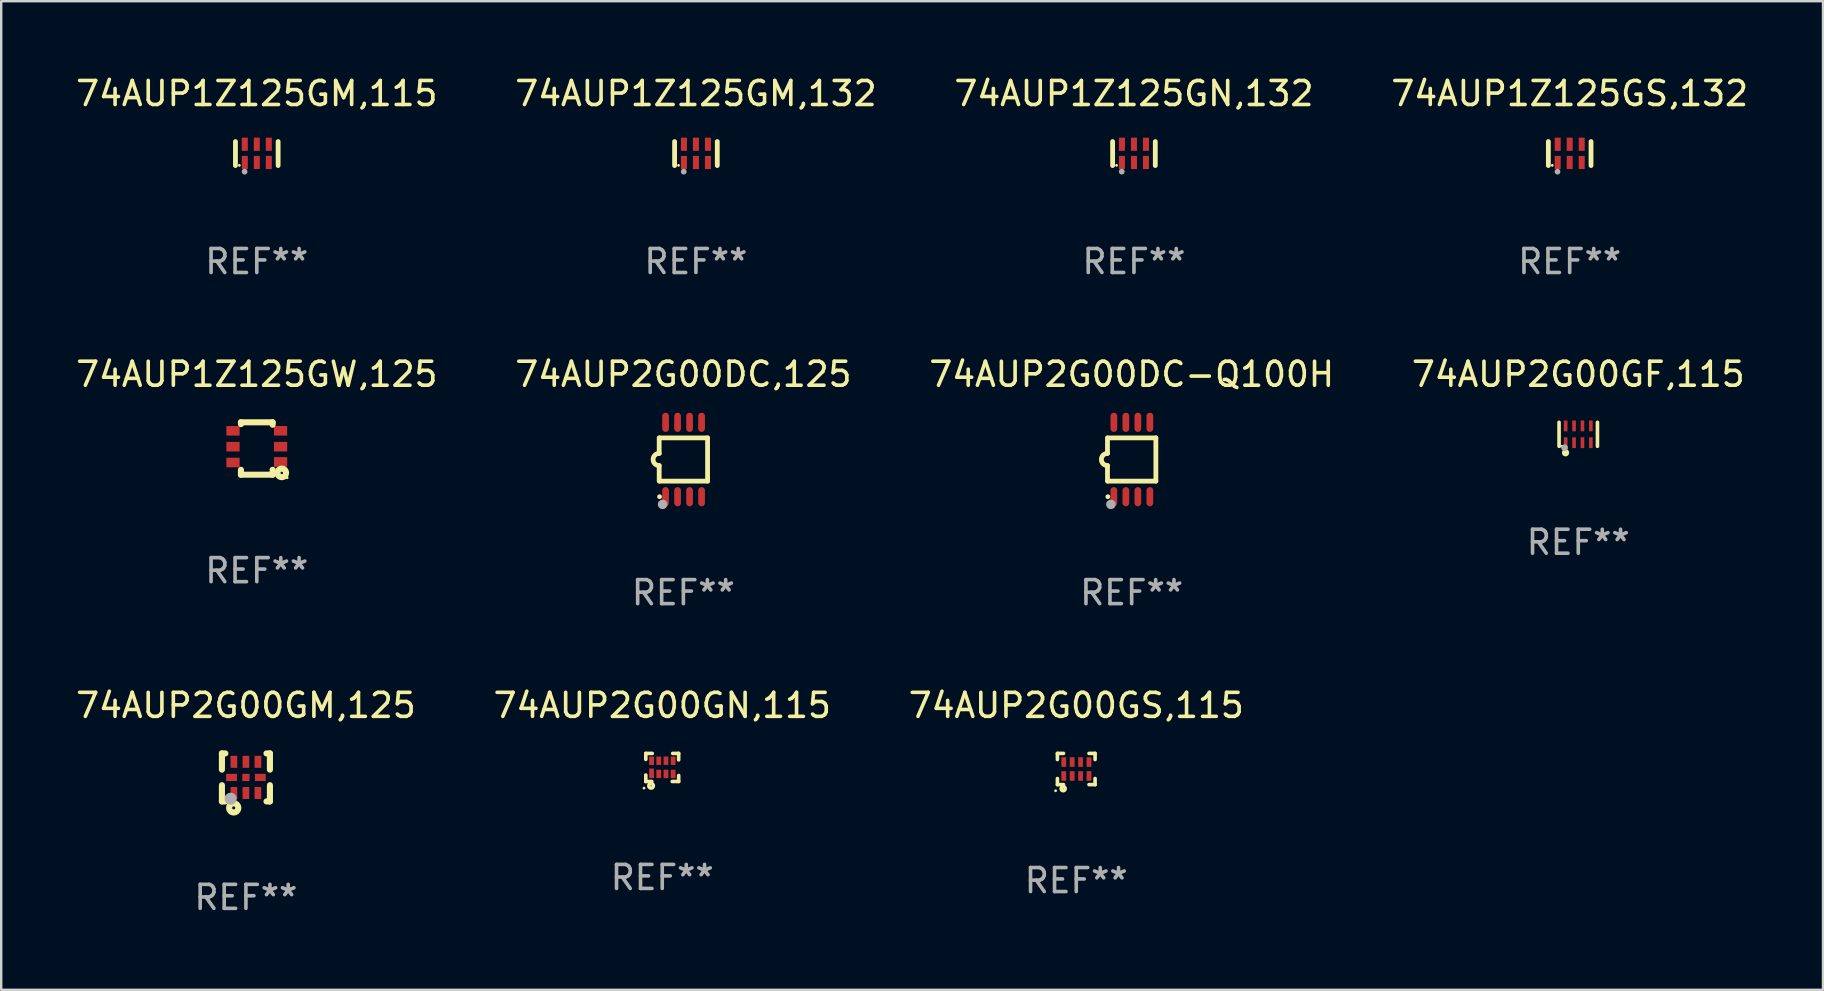
<source format=kicad_pcb>
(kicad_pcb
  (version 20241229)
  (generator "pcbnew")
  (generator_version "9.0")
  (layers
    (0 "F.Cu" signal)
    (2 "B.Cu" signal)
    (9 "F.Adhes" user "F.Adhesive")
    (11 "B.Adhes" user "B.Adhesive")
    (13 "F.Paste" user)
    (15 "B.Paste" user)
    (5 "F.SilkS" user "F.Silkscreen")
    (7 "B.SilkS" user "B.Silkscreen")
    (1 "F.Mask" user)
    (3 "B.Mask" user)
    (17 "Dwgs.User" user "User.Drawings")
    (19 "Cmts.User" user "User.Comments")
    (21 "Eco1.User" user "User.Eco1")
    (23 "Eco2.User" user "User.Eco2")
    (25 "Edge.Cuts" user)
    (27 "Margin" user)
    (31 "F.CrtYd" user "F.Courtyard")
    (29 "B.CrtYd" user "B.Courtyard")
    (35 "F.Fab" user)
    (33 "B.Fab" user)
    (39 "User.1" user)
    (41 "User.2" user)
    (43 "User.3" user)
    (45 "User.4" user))
  (footprint "74AUP2G00DC,125"
    (layer "F.Cu")
    (at 25.423 16.095)
    (property "Reference" "74AUP2G00DC,125" (at 0 -3.55 0) (layer "F.SilkS") (effects (font (size 1 1) (thickness 0.15))))
    (attr through_hole)
    (fp_line (start -1.008 -0.254) (end -1.008 -0.9) (stroke (width 0.2) (type solid)) (layer "F.SilkS"))
    (fp_line (start -1.008 0.254) (end -1.008 0.9) (stroke (width 0.2) (type solid)) (layer "F.SilkS"))
    (fp_line (start -0.992 0.9) (end 1.008 0.9) (stroke (width 0.2) (type solid)) (layer "F.SilkS"))
    (fp_line (start 1.008 -0.9) (end -0.992 -0.9) (stroke (width 0.2) (type solid)) (layer "F.SilkS"))
    (fp_line (start 1.008 0.9) (end 1.008 -0.9) (stroke (width 0.2) (type solid)) (layer "F.SilkS"))
    (fp_arc (start -1.008001 0.254001) (mid -1.262002 0) (end -1.008001 -0.254001) (stroke (width 0.2) (type solid)) (layer "F.SilkS"))
    (fp_circle (center -0.992 1.55) (end -0.942 1.55) (stroke (width 0.1) (type solid)) (fill no) (layer "F.SilkS"))
    (fp_circle (center -0.866 1.87) (end -0.766 1.87) (stroke (width 0.2) (type solid)) (fill no) (layer "F.Fab"))
    (fp_text user "REF**" (at 0 5.55 0) (layer "F.Fab") (effects (font (size 1 1) (thickness 0.15))))
    (pad "1" smd oval (at -0.742 1.55 270) (size 0.8 0.28) (layers "F.Cu" "F.Mask" "F.Paste"))
    (pad "2" smd oval (at -0.242 1.55 270) (size 0.8 0.28) (layers "F.Cu" "F.Mask" "F.Paste"))
    (pad "3" smd oval (at 0.258 1.55 270) (size 0.8 0.28) (layers "F.Cu" "F.Mask" "F.Paste"))
    (pad "4" smd oval (at 0.758 1.55 270) (size 0.8 0.28) (layers "F.Cu" "F.Mask" "F.Paste"))
    (pad "5" smd oval (at 0.758 -1.55 270) (size 0.8 0.28) (layers "F.Cu" "F.Mask" "F.Paste"))
    (pad "6" smd oval (at 0.258 -1.55 270) (size 0.8 0.28) (layers "F.Cu" "F.Mask" "F.Paste"))
    (pad "7" smd oval (at -0.242 -1.55 270) (size 0.8 0.28) (layers "F.Cu" "F.Mask" "F.Paste"))
    (pad "8" smd oval (at -0.742 -1.55 270) (size 0.8 0.28) (layers "F.Cu" "F.Mask" "F.Paste")))
  (footprint "74AUP1Z125GN,132"
    (layer "F.Cu")
    (at 44.196 3.348)
    (property "Reference" "74AUP1Z125GN,132" (at 0 -2.5 0) (layer "F.SilkS") (effects (font (size 1 1) (thickness 0.15))))
    (attr through_hole)
    (fp_line (start -0.889 0.5) (end -0.889 -0.5) (stroke (width 0.2) (type solid)) (layer "F.SilkS"))
    (fp_line (start 0.889 0.5) (end 0.889 -0.5) (stroke (width 0.2) (type solid)) (layer "F.SilkS"))
    (fp_circle (center -0.725 0.492) (end -0.695 0.492) (stroke (width 0.06) (type solid)) (fill no) (layer "F.SilkS"))
    (fp_circle (center -0.508 0.754) (end -0.448 0.754) (stroke (width 0.12) (type solid)) (fill no) (layer "F.Fab"))
    (fp_text user "REF**" (at 0 4.5 0) (layer "F.Fab") (effects (font (size 1 1) (thickness 0.15))))
    (pad "1" smd rect (at -0.5 0.372) (size 0.25 0.55) (layers "F.Cu" "F.Mask" "F.Paste"))
    (pad "2" smd rect (at -0.000127 0.372) (size 0.25 0.55) (layers "F.Cu" "F.Mask" "F.Paste"))
    (pad "3" smd rect (at 0.5 0.372) (size 0.25 0.55) (layers "F.Cu" "F.Mask" "F.Paste"))
    (pad "4" smd rect (at 0.5 -0.388 180) (size 0.25 0.55) (layers "F.Cu" "F.Mask" "F.Paste"))
    (pad "5" smd rect (at -0.000127 -0.388 180) (size 0.25 0.55) (layers "F.Cu" "F.Mask" "F.Paste"))
    (pad "6" smd rect (at -0.5 -0.388 180) (size 0.25 0.55) (layers "F.Cu" "F.Mask" "F.Paste")))
  (footprint "74AUP2G00DC-Q100H"
    (layer "F.Cu")
    (at 44.101 16.095)
    (property "Reference" "74AUP2G00DC-Q100H" (at 0 -3.55 0) (layer "F.SilkS") (effects (font (size 1 1) (thickness 0.15))))
    (attr through_hole)
    (fp_line (start -1.008 -0.254) (end -1.008 -0.9) (stroke (width 0.2) (type solid)) (layer "F.SilkS"))
    (fp_line (start -1.008 0.254) (end -1.008 0.9) (stroke (width 0.2) (type solid)) (layer "F.SilkS"))
    (fp_line (start -0.992 0.9) (end 1.008 0.9) (stroke (width 0.2) (type solid)) (layer "F.SilkS"))
    (fp_line (start 1.008 -0.9) (end -0.992 -0.9) (stroke (width 0.2) (type solid)) (layer "F.SilkS"))
    (fp_line (start 1.008 0.9) (end 1.008 -0.9) (stroke (width 0.2) (type solid)) (layer "F.SilkS"))
    (fp_arc (start -1.008001 0.254001) (mid -1.262002 0) (end -1.008001 -0.254001) (stroke (width 0.2) (type solid)) (layer "F.SilkS"))
    (fp_circle (center -0.992 1.55) (end -0.942 1.55) (stroke (width 0.1) (type solid)) (fill no) (layer "F.SilkS"))
    (fp_circle (center -0.866 1.87) (end -0.766 1.87) (stroke (width 0.2) (type solid)) (fill no) (layer "F.Fab"))
    (fp_text user "REF**" (at 0 5.55 0) (layer "F.Fab") (effects (font (size 1 1) (thickness 0.15))))
    (pad "1" smd oval (at -0.742 1.55 270) (size 0.8 0.28) (layers "F.Cu" "F.Mask" "F.Paste"))
    (pad "2" smd oval (at -0.242 1.55 270) (size 0.8 0.28) (layers "F.Cu" "F.Mask" "F.Paste"))
    (pad "3" smd oval (at 0.258 1.55 270) (size 0.8 0.28) (layers "F.Cu" "F.Mask" "F.Paste"))
    (pad "4" smd oval (at 0.758 1.55 270) (size 0.8 0.28) (layers "F.Cu" "F.Mask" "F.Paste"))
    (pad "5" smd oval (at 0.758 -1.55 270) (size 0.8 0.28) (layers "F.Cu" "F.Mask" "F.Paste"))
    (pad "6" smd oval (at 0.258 -1.55 270) (size 0.8 0.28) (layers "F.Cu" "F.Mask" "F.Paste"))
    (pad "7" smd oval (at -0.242 -1.55 270) (size 0.8 0.28) (layers "F.Cu" "F.Mask" "F.Paste"))
    (pad "8" smd oval (at -0.742 -1.55 270) (size 0.8 0.28) (layers "F.Cu" "F.Mask" "F.Paste")))
  (footprint "74AUP2G00GM,125"
    (layer "F.Cu")
    (at 7.196 29.341)
    (property "Reference" "74AUP2G00GM,125" (at 0 -3 0) (layer "F.SilkS") (effects (font (size 1 1) (thickness 0.15))))
    (attr through_hole)
    (fp_line (start -1 -1) (end -0.858 -1) (stroke (width 0.254) (type solid)) (layer "F.SilkS"))
    (fp_line (start -1 -0.325) (end -1 -1) (stroke (width 0.254) (type solid)) (layer "F.SilkS"))
    (fp_line (start -1 1) (end -1 0.325) (stroke (width 0.254) (type solid)) (layer "F.SilkS"))
    (fp_line (start -0.858 1) (end -1 1) (stroke (width 0.254) (type solid)) (layer "F.SilkS"))
    (fp_line (start 0.858 -1) (end 1 -1) (stroke (width 0.254) (type solid)) (layer "F.SilkS"))
    (fp_line (start 1 -1) (end 1 -0.325) (stroke (width 0.254) (type solid)) (layer "F.SilkS"))
    (fp_line (start 1 0.325) (end 1 1) (stroke (width 0.254) (type solid)) (layer "F.SilkS"))
    (fp_line (start 1 1) (end 0.858 1) (stroke (width 0.254) (type solid)) (layer "F.SilkS"))
    (fp_circle (center -0.8 0.8) (end -0.77 0.8) (stroke (width 0.06) (type solid)) (fill no) (layer "F.SilkS"))
    (fp_circle (center -0.508 1.27) (end -0.444 1.27) (stroke (width 0.254) (type solid)) (fill no) (layer "F.SilkS"))
    (fp_circle (center -0.635 0.889) (end -0.508 0.889) (stroke (width 0.254) (type solid)) (fill no) (layer "F.Fab"))
    (fp_text user "REF**" (at 0 5 0) (layer "F.Fab") (effects (font (size 1 1) (thickness 0.15))))
    (pad "1" smd rect (at -0.5 0.65 90) (size 0.5 0.28) (layers "F.Cu" "F.Mask" "F.Paste"))
    (pad "2" smd rect (at 0.000013 0.65 90) (size 0.5 0.28) (layers "F.Cu" "F.Mask" "F.Paste"))
    (pad "3" smd rect (at 0.5 0.65 90) (size 0.5 0.28) (layers "F.Cu" "F.Mask" "F.Paste"))
    (pad "4" smd rect (at 0.6 0.000076 180) (size 0.45 0.3) (layers "F.Cu" "F.Mask" "F.Paste"))
    (pad "5" smd rect (at 0.5 -0.65 90) (size 0.5 0.28) (layers "F.Cu" "F.Mask" "F.Paste"))
    (pad "6" smd rect (at 0.000013 -0.65 90) (size 0.5 0.28) (layers "F.Cu" "F.Mask" "F.Paste"))
    (pad "7" smd rect (at -0.5 -0.65 90) (size 0.5 0.28) (layers "F.Cu" "F.Mask" "F.Paste"))
    (pad "8" smd rect (at -0.6 0.000076 180) (size 0.45 0.3) (layers "F.Cu" "F.Mask" "F.Paste"))
    (pad "9" smd rect (at 0.000013 0.000076 180) (size 0.3 0.3) (layers "F.Cu" "F.Mask" "F.Paste")))
  (footprint "74AUP1Z125GW,125"
    (layer "F.Cu")
    (at 7.649 15.637)
    (property "Reference" "74AUP1Z125GW,125" (at 0 -3.092 0) (layer "F.SilkS") (effects (font (size 1 1) (thickness 0.15))))
    (attr through_hole)
    (fp_line (start -0.66 -1.092) (end -0.66 -1.016) (stroke (width 0.254) (type solid)) (layer "F.SilkS"))
    (fp_line (start -0.66 1.092) (end -0.66 0.889) (stroke (width 0.254) (type solid)) (layer "F.SilkS"))
    (fp_line (start 0.66 -1.092) (end -0.66 -1.092) (stroke (width 0.254) (type solid)) (layer "F.SilkS"))
    (fp_line (start 0.66 -0.991) (end 0.66 -1.092) (stroke (width 0.254) (type solid)) (layer "F.SilkS"))
    (fp_line (start 0.66 0.889) (end 0.66 1.092) (stroke (width 0.254) (type solid)) (layer "F.SilkS"))
    (fp_line (start 0.66 1.092) (end -0.66 1.092) (stroke (width 0.254) (type solid)) (layer "F.SilkS"))
    (fp_circle (center 1.041 1.016) (end 1.092 1.016) (stroke (width 0.254) (type solid)) (fill no) (layer "F.SilkS"))
    (fp_circle (center 1.266 1.219) (end 1.296 1.219) (stroke (width 0.06) (type solid)) (fill no) (layer "F.SilkS"))
    (fp_text user "REF**" (at 0 5.092 0) (layer "F.Fab") (effects (font (size 1 1) (thickness 0.15))))
    (pad "1" smd rect (at 0.991 0.559 270) (size 0.399 0.551) (layers "F.Cu" "F.Mask" "F.Paste"))
    (pad "2" smd rect (at 0.991 -0.076 270) (size 0.399 0.551) (layers "F.Cu" "F.Mask" "F.Paste"))
    (pad "3" smd rect (at 0.991 -0.737 270) (size 0.399 0.551) (layers "F.Cu" "F.Mask" "F.Paste"))
    (pad "4" smd rect (at -0.991 -0.737 270) (size 0.399 0.551) (layers "F.Cu" "F.Mask" "F.Paste"))
    (pad "5" smd rect (at -0.991 -0.076 270) (size 0.399 0.551) (layers "F.Cu" "F.Mask" "F.Paste"))
    (pad "6" smd rect (at -0.991 0.584 270) (size 0.399 0.551) (layers "F.Cu" "F.Mask" "F.Paste")))
  (footprint "74AUP2G00GS,115"
    (layer "F.Cu")
    (at 41.792 28.991)
    (property "Reference" "74AUP2G00GS,115" (at 0 -2.65 0) (layer "F.SilkS") (effects (font (size 1 1) (thickness 0.15))))
    (attr through_hole)
    (fp_line (start -0.785 0.65) (end -0.785 0.396) (stroke (width 0.15) (type solid)) (layer "F.SilkS"))
    (fp_line (start -0.785 -0.65) (end -0.531 -0.65) (stroke (width 0.15) (type solid)) (layer "F.SilkS"))
    (fp_line (start -0.785 -0.396) (end -0.785 -0.65) (stroke (width 0.15) (type solid)) (layer "F.SilkS"))
    (fp_line (start -0.531 0.65) (end -0.785 0.65) (stroke (width 0.15) (type solid)) (layer "F.SilkS"))
    (fp_line (start 0.531 -0.65) (end 0.785 -0.65) (stroke (width 0.15) (type solid)) (layer "F.SilkS"))
    (fp_line (start 0.785 -0.65) (end 0.785 -0.396) (stroke (width 0.15) (type solid)) (layer "F.SilkS"))
    (fp_line (start 0.785 0.396) (end 0.785 0.65) (stroke (width 0.15) (type solid)) (layer "F.SilkS"))
    (fp_line (start 0.785 0.65) (end 0.531 0.65) (stroke (width 0.15) (type solid)) (layer "F.SilkS"))
    (fp_circle (center -0.86 0.905) (end -0.83 0.905) (stroke (width 0.06) (type solid)) (fill no) (layer "F.SilkS"))
    (fp_circle (center -0.545 0.82) (end -0.535 0.82) (stroke (width 0.15) (type solid)) (fill no) (layer "F.SilkS"))
    (fp_text user "REF**" (at 0 4.65 0) (layer "F.Fab") (effects (font (size 1 1) (thickness 0.15))))
    (pad "1" smd rect (at -0.52 0.29) (size 0.2 0.4) (layers "F.Cu" "F.Mask" "F.Paste"))
    (pad "2" smd rect (at -0.17 0.29) (size 0.2 0.4) (layers "F.Cu" "F.Mask" "F.Paste"))
    (pad "3" smd rect (at 0.18 0.29) (size 0.2 0.4) (layers "F.Cu" "F.Mask" "F.Paste"))
    (pad "4" smd rect (at 0.53 0.29) (size 0.2 0.4) (layers "F.Cu" "F.Mask" "F.Paste"))
    (pad "5" smd rect (at 0.53 -0.29) (size 0.2 0.4) (layers "F.Cu" "F.Mask" "F.Paste"))
    (pad "6" smd rect (at 0.18 -0.29) (size 0.2 0.4) (layers "F.Cu" "F.Mask" "F.Paste"))
    (pad "7" smd rect (at -0.17 -0.29) (size 0.2 0.4) (layers "F.Cu" "F.Mask" "F.Paste"))
    (pad "8" smd rect (at -0.52 -0.29) (size 0.2 0.4) (layers "F.Cu" "F.Mask" "F.Paste")))
  (footprint "74AUP1Z125GM,115"
    (layer "F.Cu")
    (at 7.649 3.348)
    (property "Reference" "74AUP1Z125GM,115" (at 0 -2.5 0) (layer "F.SilkS") (effects (font (size 1 1) (thickness 0.15))))
    (attr through_hole)
    (fp_line (start -0.889 0.5) (end -0.889 -0.5) (stroke (width 0.2) (type solid)) (layer "F.SilkS"))
    (fp_line (start 0.889 0.5) (end 0.889 -0.5) (stroke (width 0.2) (type solid)) (layer "F.SilkS"))
    (fp_circle (center -0.725 0.492) (end -0.695 0.492) (stroke (width 0.06) (type solid)) (fill no) (layer "F.SilkS"))
    (fp_circle (center -0.508 0.754) (end -0.448 0.754) (stroke (width 0.12) (type solid)) (fill no) (layer "F.Fab"))
    (fp_text user "REF**" (at 0 4.5 0) (layer "F.Fab") (effects (font (size 1 1) (thickness 0.15))))
    (pad "1" smd rect (at -0.5 0.372) (size 0.25 0.55) (layers "F.Cu" "F.Mask" "F.Paste"))
    (pad "2" smd rect (at -0.000127 0.372) (size 0.25 0.55) (layers "F.Cu" "F.Mask" "F.Paste"))
    (pad "3" smd rect (at 0.5 0.372) (size 0.25 0.55) (layers "F.Cu" "F.Mask" "F.Paste"))
    (pad "4" smd rect (at 0.5 -0.388 180) (size 0.25 0.55) (layers "F.Cu" "F.Mask" "F.Paste"))
    (pad "5" smd rect (at -0.000127 -0.388 180) (size 0.25 0.55) (layers "F.Cu" "F.Mask" "F.Paste"))
    (pad "6" smd rect (at -0.5 -0.388 180) (size 0.25 0.55) (layers "F.Cu" "F.Mask" "F.Paste")))
  (footprint "74AUP1Z125GS,132"
    (layer "F.Cu")
    (at 62.351 3.348)
    (property "Reference" "74AUP1Z125GS,132" (at 0 -2.5 0) (layer "F.SilkS") (effects (font (size 1 1) (thickness 0.15))))
    (attr through_hole)
    (fp_line (start -0.889 0.5) (end -0.889 -0.5) (stroke (width 0.2) (type solid)) (layer "F.SilkS"))
    (fp_line (start 0.889 0.5) (end 0.889 -0.5) (stroke (width 0.2) (type solid)) (layer "F.SilkS"))
    (fp_circle (center -0.725 0.492) (end -0.695 0.492) (stroke (width 0.06) (type solid)) (fill no) (layer "F.SilkS"))
    (fp_circle (center -0.508 0.754) (end -0.448 0.754) (stroke (width 0.12) (type solid)) (fill no) (layer "F.Fab"))
    (fp_text user "REF**" (at 0 4.5 0) (layer "F.Fab") (effects (font (size 1 1) (thickness 0.15))))
    (pad "1" smd rect (at -0.5 0.372) (size 0.25 0.55) (layers "F.Cu" "F.Mask" "F.Paste"))
    (pad "2" smd rect (at -0.000127 0.372) (size 0.25 0.55) (layers "F.Cu" "F.Mask" "F.Paste"))
    (pad "3" smd rect (at 0.5 0.372) (size 0.25 0.55) (layers "F.Cu" "F.Mask" "F.Paste"))
    (pad "4" smd rect (at 0.5 -0.388 180) (size 0.25 0.55) (layers "F.Cu" "F.Mask" "F.Paste"))
    (pad "5" smd rect (at -0.000127 -0.388 180) (size 0.25 0.55) (layers "F.Cu" "F.Mask" "F.Paste"))
    (pad "6" smd rect (at -0.5 -0.388 180) (size 0.25 0.55) (layers "F.Cu" "F.Mask" "F.Paste")))
  (footprint "74AUP2G00GF,115"
    (layer "F.Cu")
    (at 62.708 15.045)
    (property "Reference" "74AUP2G00GF,115" (at 0 -2.5 0) (layer "F.SilkS") (effects (font (size 1 1) (thickness 0.15))))
    (attr through_hole)
    (fp_line (start -0.8 -0.5) (end -0.8 0.5) (stroke (width 0.15) (type solid)) (layer "F.SilkS"))
    (fp_line (start 0.8 -0.5) (end 0.8 0.5) (stroke (width 0.15) (type solid)) (layer "F.SilkS"))
    (fp_circle (center -0.7 0.5) (end -0.67 0.5) (stroke (width 0.06) (type solid)) (fill no) (layer "F.SilkS"))
    (fp_circle (center -0.53 0.77) (end -0.454 0.77) (stroke (width 0.15) (type solid)) (fill no) (layer "F.SilkS"))
    (fp_circle (center -0.57 0.56) (end -0.5 0.56) (stroke (width 0.14) (type solid)) (fill no) (layer "F.Fab"))
    (fp_text user "REF**" (at 0 4.5 0) (layer "F.Fab") (effects (font (size 1 1) (thickness 0.15))))
    (pad "1" smd rect (at -0.525 0.35) (size 0.15 0.45) (layers "F.Cu" "F.Mask" "F.Paste"))
    (pad "2" smd rect (at -0.175 0.35) (size 0.15 0.45) (layers "F.Cu" "F.Mask" "F.Paste"))
    (pad "3" smd rect (at 0.175 0.35) (size 0.15 0.45) (layers "F.Cu" "F.Mask" "F.Paste"))
    (pad "4" smd rect (at 0.525 0.35) (size 0.15 0.45) (layers "F.Cu" "F.Mask" "F.Paste"))
    (pad "5" smd rect (at 0.525 -0.35) (size 0.15 0.45) (layers "F.Cu" "F.Mask" "F.Paste"))
    (pad "6" smd rect (at 0.175 -0.35) (size 0.15 0.45) (layers "F.Cu" "F.Mask" "F.Paste"))
    (pad "7" smd rect (at -0.175 -0.35) (size 0.15 0.45) (layers "F.Cu" "F.Mask" "F.Paste"))
    (pad "8" smd rect (at -0.525 -0.35) (size 0.15 0.45) (layers "F.Cu" "F.Mask" "F.Paste")))
  (footprint "74AUP2G00GN,115"
    (layer "F.Cu")
    (at 24.542 28.926)
    (property "Reference" "74AUP2G00GN,115" (at 0 -2.585 0) (layer "F.SilkS") (effects (font (size 1 1) (thickness 0.15))))
    (attr through_hole)
    (fp_line (start -0.685 -0.585) (end -0.415 -0.585) (stroke (width 0.15) (type solid)) (layer "F.SilkS"))
    (fp_line (start -0.685 -0.335) (end -0.685 -0.585) (stroke (width 0.15) (type solid)) (layer "F.SilkS"))
    (fp_line (start -0.685 0.585) (end -0.685 0.315) (stroke (width 0.15) (type solid)) (layer "F.SilkS"))
    (fp_line (start -0.435 0.585) (end -0.685 0.585) (stroke (width 0.15) (type solid)) (layer "F.SilkS"))
    (fp_line (start 0.435 -0.585) (end 0.685 -0.585) (stroke (width 0.15) (type solid)) (layer "F.SilkS"))
    (fp_line (start 0.685 -0.585) (end 0.685 -0.315) (stroke (width 0.15) (type solid)) (layer "F.SilkS"))
    (fp_line (start 0.685 0.335) (end 0.685 0.585) (stroke (width 0.15) (type solid)) (layer "F.SilkS"))
    (fp_line (start 0.685 0.585) (end 0.415 0.585) (stroke (width 0.15) (type solid)) (layer "F.SilkS"))
    (fp_circle (center -0.76 0.86) (end -0.73 0.86) (stroke (width 0.06) (type solid)) (fill no) (layer "F.SilkS"))
    (fp_circle (center -0.465 0.765) (end -0.445 0.765) (stroke (width 0.15) (type solid)) (fill no) (layer "F.SilkS"))
    (fp_text user "REF**" (at 0 4.585 0) (layer "F.Fab") (effects (font (size 1 1) (thickness 0.15))))
    (pad "1" smd rect (at -0.445 0.245) (size 0.2 0.4) (layers "F.Cu" "F.Mask" "F.Paste"))
    (pad "2" smd rect (at -0.145 0.27) (size 0.2 0.35) (layers "F.Cu" "F.Mask" "F.Paste"))
    (pad "3" smd rect (at 0.155 0.27) (size 0.2 0.35) (layers "F.Cu" "F.Mask" "F.Paste"))
    (pad "4" smd rect (at 0.455 0.27) (size 0.2 0.35) (layers "F.Cu" "F.Mask" "F.Paste"))
    (pad "5" smd rect (at 0.455 -0.28) (size 0.2 0.35) (layers "F.Cu" "F.Mask" "F.Paste"))
    (pad "6" smd rect (at 0.155 -0.28) (size 0.2 0.35) (layers "F.Cu" "F.Mask" "F.Paste"))
    (pad "7" smd rect (at -0.145 -0.28) (size 0.2 0.35) (layers "F.Cu" "F.Mask" "F.Paste"))
    (pad "8" smd rect (at -0.445 -0.28) (size 0.2 0.35) (layers "F.Cu" "F.Mask" "F.Paste")))
  (footprint "74AUP1Z125GM,132"
    (layer "F.Cu")
    (at 25.946 3.348)
    (property "Reference" "74AUP1Z125GM,132" (at 0 -2.5 0) (layer "F.SilkS") (effects (font (size 1 1) (thickness 0.15))))
    (attr through_hole)
    (fp_line (start -0.889 0.5) (end -0.889 -0.5) (stroke (width 0.2) (type solid)) (layer "F.SilkS"))
    (fp_line (start 0.889 0.5) (end 0.889 -0.5) (stroke (width 0.2) (type solid)) (layer "F.SilkS"))
    (fp_circle (center -0.725 0.492) (end -0.695 0.492) (stroke (width 0.06) (type solid)) (fill no) (layer "F.SilkS"))
    (fp_circle (center -0.508 0.754) (end -0.448 0.754) (stroke (width 0.12) (type solid)) (fill no) (layer "F.Fab"))
    (fp_text user "REF**" (at 0 4.5 0) (layer "F.Fab") (effects (font (size 1 1) (thickness 0.15))))
    (pad "1" smd rect (at -0.5 0.372) (size 0.25 0.55) (layers "F.Cu" "F.Mask" "F.Paste"))
    (pad "2" smd rect (at -0.000127 0.372) (size 0.25 0.55) (layers "F.Cu" "F.Mask" "F.Paste"))
    (pad "3" smd rect (at 0.5 0.372) (size 0.25 0.55) (layers "F.Cu" "F.Mask" "F.Paste"))
    (pad "4" smd rect (at 0.5 -0.388 180) (size 0.25 0.55) (layers "F.Cu" "F.Mask" "F.Paste"))
    (pad "5" smd rect (at -0.000127 -0.388 180) (size 0.25 0.55) (layers "F.Cu" "F.Mask" "F.Paste"))
    (pad "6" smd rect (at -0.5 -0.388 180) (size 0.25 0.55) (layers "F.Cu" "F.Mask" "F.Paste")))
  (gr_rect
    (start -3 -3)
    (end 72.905 38.189)
    (stroke (width 0.1) (type default))
    (fill no)
    (layer "Edge.Cuts")))
</source>
